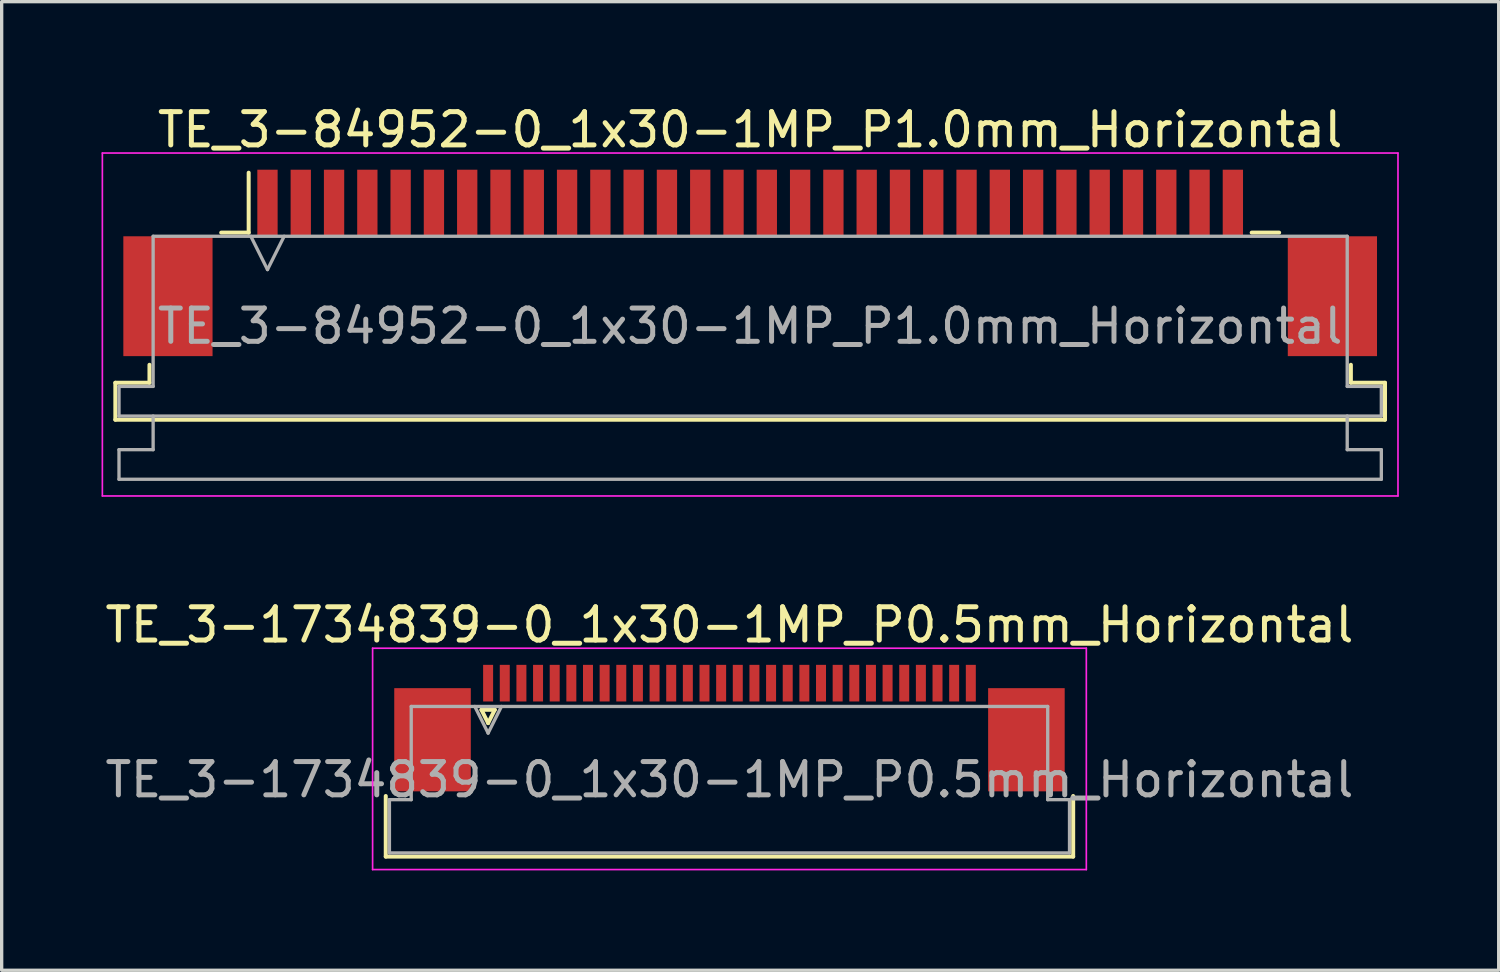
<source format=kicad_pcb>
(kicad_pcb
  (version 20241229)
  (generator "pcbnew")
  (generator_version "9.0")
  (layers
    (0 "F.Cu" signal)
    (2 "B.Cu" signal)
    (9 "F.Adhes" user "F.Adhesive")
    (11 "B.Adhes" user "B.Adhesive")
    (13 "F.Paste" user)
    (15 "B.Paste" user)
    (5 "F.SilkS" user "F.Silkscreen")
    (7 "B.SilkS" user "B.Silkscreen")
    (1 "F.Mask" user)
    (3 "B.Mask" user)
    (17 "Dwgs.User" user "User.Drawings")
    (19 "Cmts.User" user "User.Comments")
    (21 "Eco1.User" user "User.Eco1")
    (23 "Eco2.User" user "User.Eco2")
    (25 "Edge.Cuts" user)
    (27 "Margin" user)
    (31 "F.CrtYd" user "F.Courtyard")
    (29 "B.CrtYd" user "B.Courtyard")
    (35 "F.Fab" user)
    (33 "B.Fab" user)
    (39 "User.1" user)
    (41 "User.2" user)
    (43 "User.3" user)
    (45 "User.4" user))
  (footprint "TE_3-84952-0_1x30-1MP_P1.0mm_Horizontal"
    (layer "F.Cu")
    (at 19.485 4.848)
    (property "Reference" "TE_3-84952-0_1x30-1MP_P1.0mm_Horizontal" (at 0 -4 0) (layer "F.SilkS") (effects (font (size 1 1) (thickness 0.15))))
    (attr smd)
    (fp_line (start -19.07 3.6) (end -18.045 3.6) (stroke (width 0.12) (type solid)) (layer "F.SilkS"))
    (fp_line (start -19.07 4.71) (end -19.07 3.6) (stroke (width 0.12) (type solid)) (layer "F.SilkS"))
    (fp_line (start -18.045 3.6) (end -18.045 3.06) (stroke (width 0.12) (type solid)) (layer "F.SilkS"))
    (fp_line (start -15.89 -0.91) (end -15.065 -0.91) (stroke (width 0.12) (type solid)) (layer "F.SilkS"))
    (fp_line (start -15.065 -0.91) (end -15.065 -2.71) (stroke (width 0.12) (type solid)) (layer "F.SilkS"))
    (fp_line (start 15.065 -0.91) (end 15.89 -0.91) (stroke (width 0.12) (type solid)) (layer "F.SilkS"))
    (fp_line (start 18.045 3.06) (end 18.045 3.6) (stroke (width 0.12) (type solid)) (layer "F.SilkS"))
    (fp_line (start 18.045 3.6) (end 19.07 3.6) (stroke (width 0.12) (type solid)) (layer "F.SilkS"))
    (fp_line (start 19.07 3.6) (end 19.07 4.71) (stroke (width 0.12) (type solid)) (layer "F.SilkS"))
    (fp_line (start 19.07 4.71) (end -19.07 4.71) (stroke (width 0.12) (type solid)) (layer "F.SilkS"))
    (fp_line (start -19.46 -3.3) (end -19.46 7) (stroke (width 0.05) (type solid)) (layer "F.CrtYd"))
    (fp_line (start -19.46 7) (end 19.46 7) (stroke (width 0.05) (type solid)) (layer "F.CrtYd"))
    (fp_line (start 19.46 -3.3) (end -19.46 -3.3) (stroke (width 0.05) (type solid)) (layer "F.CrtYd"))
    (fp_line (start 19.46 7) (end 19.46 -3.3) (stroke (width 0.05) (type solid)) (layer "F.CrtYd"))
    (fp_line (start -18.96 3.71) (end -17.935 3.71) (stroke (width 0.1) (type solid)) (layer "F.Fab"))
    (fp_line (start -18.96 4.6) (end -18.96 3.71) (stroke (width 0.1) (type solid)) (layer "F.Fab"))
    (fp_line (start -18.96 5.61) (end -17.935 5.61) (stroke (width 0.1) (type solid)) (layer "F.Fab"))
    (fp_line (start -18.96 6.5) (end -18.96 5.61) (stroke (width 0.1) (type solid)) (layer "F.Fab"))
    (fp_line (start -17.935 -0.8) (end 17.935 -0.8) (stroke (width 0.1) (type solid)) (layer "F.Fab"))
    (fp_line (start -17.935 3.71) (end -17.935 -0.8) (stroke (width 0.1) (type solid)) (layer "F.Fab"))
    (fp_line (start -17.935 5.61) (end -17.935 4.6) (stroke (width 0.1) (type solid)) (layer "F.Fab"))
    (fp_line (start -15 -0.8) (end -14.5 0.2) (stroke (width 0.1) (type solid)) (layer "F.Fab"))
    (fp_line (start -14.5 0.2) (end -14 -0.8) (stroke (width 0.1) (type solid)) (layer "F.Fab"))
    (fp_line (start 17.935 -0.8) (end 17.935 3.71) (stroke (width 0.1) (type solid)) (layer "F.Fab"))
    (fp_line (start 17.935 3.71) (end 18.96 3.71) (stroke (width 0.1) (type solid)) (layer "F.Fab"))
    (fp_line (start 17.935 4.6) (end 17.935 5.61) (stroke (width 0.1) (type solid)) (layer "F.Fab"))
    (fp_line (start 17.935 5.61) (end 18.96 5.61) (stroke (width 0.1) (type solid)) (layer "F.Fab"))
    (fp_line (start 18.96 3.71) (end 18.96 4.6) (stroke (width 0.1) (type solid)) (layer "F.Fab"))
    (fp_line (start 18.96 4.6) (end -18.96 4.6) (stroke (width 0.1) (type solid)) (layer "F.Fab"))
    (fp_line (start 18.96 5.61) (end 18.96 6.5) (stroke (width 0.1) (type solid)) (layer "F.Fab"))
    (fp_line (start 18.96 6.5) (end -18.96 6.5) (stroke (width 0.1) (type solid)) (layer "F.Fab"))
    (fp_text user "${REFERENCE}" (at 0 1.9 0) (layer "F.Fab") (effects (font (size 1 1) (thickness 0.15))))
    (pad "1" smd rect (at -14.5 -1.8) (size 0.61 2) (layers "F.Cu" "F.Mask" "F.Paste"))
    (pad "2" smd rect (at -13.5 -1.8) (size 0.61 2) (layers "F.Cu" "F.Mask" "F.Paste"))
    (pad "3" smd rect (at -12.5 -1.8) (size 0.61 2) (layers "F.Cu" "F.Mask" "F.Paste"))
    (pad "4" smd rect (at -11.5 -1.8) (size 0.61 2) (layers "F.Cu" "F.Mask" "F.Paste"))
    (pad "5" smd rect (at -10.5 -1.8) (size 0.61 2) (layers "F.Cu" "F.Mask" "F.Paste"))
    (pad "6" smd rect (at -9.5 -1.8) (size 0.61 2) (layers "F.Cu" "F.Mask" "F.Paste"))
    (pad "7" smd rect (at -8.5 -1.8) (size 0.61 2) (layers "F.Cu" "F.Mask" "F.Paste"))
    (pad "8" smd rect (at -7.5 -1.8) (size 0.61 2) (layers "F.Cu" "F.Mask" "F.Paste"))
    (pad "9" smd rect (at -6.5 -1.8) (size 0.61 2) (layers "F.Cu" "F.Mask" "F.Paste"))
    (pad "10" smd rect (at -5.5 -1.8) (size 0.61 2) (layers "F.Cu" "F.Mask" "F.Paste"))
    (pad "11" smd rect (at -4.5 -1.8) (size 0.61 2) (layers "F.Cu" "F.Mask" "F.Paste"))
    (pad "12" smd rect (at -3.5 -1.8) (size 0.61 2) (layers "F.Cu" "F.Mask" "F.Paste"))
    (pad "13" smd rect (at -2.5 -1.8) (size 0.61 2) (layers "F.Cu" "F.Mask" "F.Paste"))
    (pad "14" smd rect (at -1.5 -1.8) (size 0.61 2) (layers "F.Cu" "F.Mask" "F.Paste"))
    (pad "15" smd rect (at -0.5 -1.8) (size 0.61 2) (layers "F.Cu" "F.Mask" "F.Paste"))
    (pad "16" smd rect (at 0.5 -1.8) (size 0.61 2) (layers "F.Cu" "F.Mask" "F.Paste"))
    (pad "17" smd rect (at 1.5 -1.8) (size 0.61 2) (layers "F.Cu" "F.Mask" "F.Paste"))
    (pad "18" smd rect (at 2.5 -1.8) (size 0.61 2) (layers "F.Cu" "F.Mask" "F.Paste"))
    (pad "19" smd rect (at 3.5 -1.8) (size 0.61 2) (layers "F.Cu" "F.Mask" "F.Paste"))
    (pad "20" smd rect (at 4.5 -1.8) (size 0.61 2) (layers "F.Cu" "F.Mask" "F.Paste"))
    (pad "21" smd rect (at 5.5 -1.8) (size 0.61 2) (layers "F.Cu" "F.Mask" "F.Paste"))
    (pad "22" smd rect (at 6.5 -1.8) (size 0.61 2) (layers "F.Cu" "F.Mask" "F.Paste"))
    (pad "23" smd rect (at 7.5 -1.8) (size 0.61 2) (layers "F.Cu" "F.Mask" "F.Paste"))
    (pad "24" smd rect (at 8.5 -1.8) (size 0.61 2) (layers "F.Cu" "F.Mask" "F.Paste"))
    (pad "25" smd rect (at 9.5 -1.8) (size 0.61 2) (layers "F.Cu" "F.Mask" "F.Paste"))
    (pad "26" smd rect (at 10.5 -1.8) (size 0.61 2) (layers "F.Cu" "F.Mask" "F.Paste"))
    (pad "27" smd rect (at 11.5 -1.8) (size 0.61 2) (layers "F.Cu" "F.Mask" "F.Paste"))
    (pad "28" smd rect (at 12.5 -1.8) (size 0.61 2) (layers "F.Cu" "F.Mask" "F.Paste"))
    (pad "29" smd rect (at 13.5 -1.8) (size 0.61 2) (layers "F.Cu" "F.Mask" "F.Paste"))
    (pad "30" smd rect (at 14.5 -1.8) (size 0.61 2) (layers "F.Cu" "F.Mask" "F.Paste"))
    (pad "MP" smd rect (at -17.49 1) (size 2.68 3.6) (layers "F.Cu" "F.Mask" "F.Paste"))
    (pad "MP" smd rect (at 17.49 1) (size 2.68 3.6) (layers "F.Cu" "F.Mask" "F.Paste")))
  (footprint "TE_3-1734839-0_1x30-1MP_P0.5mm_Horizontal"
    (layer "F.Cu")
    (at 18.863 18.822)
    (property "Reference" "TE_3-1734839-0_1x30-1MP_P0.5mm_Horizontal" (at 0 -3.1 0) (layer "F.SilkS") (effects (font (size 1 1) (thickness 0.15))))
    (attr smd)
    (fp_line (start -10.325 3.86) (end -10.325 2.04) (stroke (width 0.12) (type solid)) (layer "F.SilkS"))
    (fp_line (start -7.45 -0.55) (end -7.25 -0.15) (stroke (width 0.12) (type solid)) (layer "F.SilkS"))
    (fp_line (start -7.25 -0.15) (end -7.05 -0.55) (stroke (width 0.12) (type solid)) (layer "F.SilkS"))
    (fp_line (start -7.05 -0.55) (end -7.45 -0.55) (stroke (width 0.12) (type solid)) (layer "F.SilkS"))
    (fp_line (start 10.325 2.04) (end 10.325 3.86) (stroke (width 0.12) (type solid)) (layer "F.SilkS"))
    (fp_line (start 10.325 3.86) (end -10.325 3.86) (stroke (width 0.12) (type solid)) (layer "F.SilkS"))
    (fp_line (start -10.72 -2.4) (end -10.72 4.25) (stroke (width 0.05) (type solid)) (layer "F.CrtYd"))
    (fp_line (start -10.72 4.25) (end 10.72 4.25) (stroke (width 0.05) (type solid)) (layer "F.CrtYd"))
    (fp_line (start 10.72 -2.4) (end -10.72 -2.4) (stroke (width 0.05) (type solid)) (layer "F.CrtYd"))
    (fp_line (start 10.72 4.25) (end 10.72 -2.4) (stroke (width 0.05) (type solid)) (layer "F.CrtYd"))
    (fp_line (start -10.215 2.15) (end -9.56 2.15) (stroke (width 0.1) (type solid)) (layer "F.Fab"))
    (fp_line (start -10.215 3.75) (end -10.215 2.15) (stroke (width 0.1) (type solid)) (layer "F.Fab"))
    (fp_line (start -9.56 -0.65) (end 9.56 -0.65) (stroke (width 0.1) (type solid)) (layer "F.Fab"))
    (fp_line (start -9.56 2.15) (end -9.56 -0.65) (stroke (width 0.1) (type solid)) (layer "F.Fab"))
    (fp_line (start -7.65 -0.65) (end -7.25 0.15) (stroke (width 0.1) (type solid)) (layer "F.Fab"))
    (fp_line (start -7.25 0.15) (end -6.85 -0.65) (stroke (width 0.1) (type solid)) (layer "F.Fab"))
    (fp_line (start 9.56 -0.65) (end 9.56 2.15) (stroke (width 0.1) (type solid)) (layer "F.Fab"))
    (fp_line (start 9.56 2.15) (end 10.215 2.15) (stroke (width 0.1) (type solid)) (layer "F.Fab"))
    (fp_line (start 10.215 2.15) (end 10.215 3.75) (stroke (width 0.1) (type solid)) (layer "F.Fab"))
    (fp_line (start 10.215 3.75) (end -10.215 3.75) (stroke (width 0.1) (type solid)) (layer "F.Fab"))
    (fp_text user "${REFERENCE}" (at 0 1.55 0) (layer "F.Fab") (effects (font (size 1 1) (thickness 0.15))))
    (pad "1" smd rect (at -7.25 -1.35) (size 0.3 1.1) (layers "F.Cu" "F.Mask" "F.Paste"))
    (pad "2" smd rect (at -6.75 -1.35) (size 0.3 1.1) (layers "F.Cu" "F.Mask" "F.Paste"))
    (pad "3" smd rect (at -6.25 -1.35) (size 0.3 1.1) (layers "F.Cu" "F.Mask" "F.Paste"))
    (pad "4" smd rect (at -5.75 -1.35) (size 0.3 1.1) (layers "F.Cu" "F.Mask" "F.Paste"))
    (pad "5" smd rect (at -5.25 -1.35) (size 0.3 1.1) (layers "F.Cu" "F.Mask" "F.Paste"))
    (pad "6" smd rect (at -4.75 -1.35) (size 0.3 1.1) (layers "F.Cu" "F.Mask" "F.Paste"))
    (pad "7" smd rect (at -4.25 -1.35) (size 0.3 1.1) (layers "F.Cu" "F.Mask" "F.Paste"))
    (pad "8" smd rect (at -3.75 -1.35) (size 0.3 1.1) (layers "F.Cu" "F.Mask" "F.Paste"))
    (pad "9" smd rect (at -3.25 -1.35) (size 0.3 1.1) (layers "F.Cu" "F.Mask" "F.Paste"))
    (pad "10" smd rect (at -2.75 -1.35) (size 0.3 1.1) (layers "F.Cu" "F.Mask" "F.Paste"))
    (pad "11" smd rect (at -2.25 -1.35) (size 0.3 1.1) (layers "F.Cu" "F.Mask" "F.Paste"))
    (pad "12" smd rect (at -1.75 -1.35) (size 0.3 1.1) (layers "F.Cu" "F.Mask" "F.Paste"))
    (pad "13" smd rect (at -1.25 -1.35) (size 0.3 1.1) (layers "F.Cu" "F.Mask" "F.Paste"))
    (pad "14" smd rect (at -0.75 -1.35) (size 0.3 1.1) (layers "F.Cu" "F.Mask" "F.Paste"))
    (pad "15" smd rect (at -0.25 -1.35) (size 0.3 1.1) (layers "F.Cu" "F.Mask" "F.Paste"))
    (pad "16" smd rect (at 0.25 -1.35) (size 0.3 1.1) (layers "F.Cu" "F.Mask" "F.Paste"))
    (pad "17" smd rect (at 0.75 -1.35) (size 0.3 1.1) (layers "F.Cu" "F.Mask" "F.Paste"))
    (pad "18" smd rect (at 1.25 -1.35) (size 0.3 1.1) (layers "F.Cu" "F.Mask" "F.Paste"))
    (pad "19" smd rect (at 1.75 -1.35) (size 0.3 1.1) (layers "F.Cu" "F.Mask" "F.Paste"))
    (pad "20" smd rect (at 2.25 -1.35) (size 0.3 1.1) (layers "F.Cu" "F.Mask" "F.Paste"))
    (pad "21" smd rect (at 2.75 -1.35) (size 0.3 1.1) (layers "F.Cu" "F.Mask" "F.Paste"))
    (pad "22" smd rect (at 3.25 -1.35) (size 0.3 1.1) (layers "F.Cu" "F.Mask" "F.Paste"))
    (pad "23" smd rect (at 3.75 -1.35) (size 0.3 1.1) (layers "F.Cu" "F.Mask" "F.Paste"))
    (pad "24" smd rect (at 4.25 -1.35) (size 0.3 1.1) (layers "F.Cu" "F.Mask" "F.Paste"))
    (pad "25" smd rect (at 4.75 -1.35) (size 0.3 1.1) (layers "F.Cu" "F.Mask" "F.Paste"))
    (pad "26" smd rect (at 5.25 -1.35) (size 0.3 1.1) (layers "F.Cu" "F.Mask" "F.Paste"))
    (pad "27" smd rect (at 5.75 -1.35) (size 0.3 1.1) (layers "F.Cu" "F.Mask" "F.Paste"))
    (pad "28" smd rect (at 6.25 -1.35) (size 0.3 1.1) (layers "F.Cu" "F.Mask" "F.Paste"))
    (pad "29" smd rect (at 6.75 -1.35) (size 0.3 1.1) (layers "F.Cu" "F.Mask" "F.Paste"))
    (pad "30" smd rect (at 7.25 -1.35) (size 0.3 1.1) (layers "F.Cu" "F.Mask" "F.Paste"))
    (pad "MP" smd rect (at -8.92 0.35) (size 2.3 3.1) (layers "F.Cu" "F.Mask" "F.Paste"))
    (pad "MP" smd rect (at 8.92 0.35) (size 2.3 3.1) (layers "F.Cu" "F.Mask" "F.Paste")))
  (gr_rect
    (start -3 -3)
    (end 41.97 26.096)
    (stroke (width 0.1) (type default))
    (fill no)
    (layer "Edge.Cuts")))
</source>
